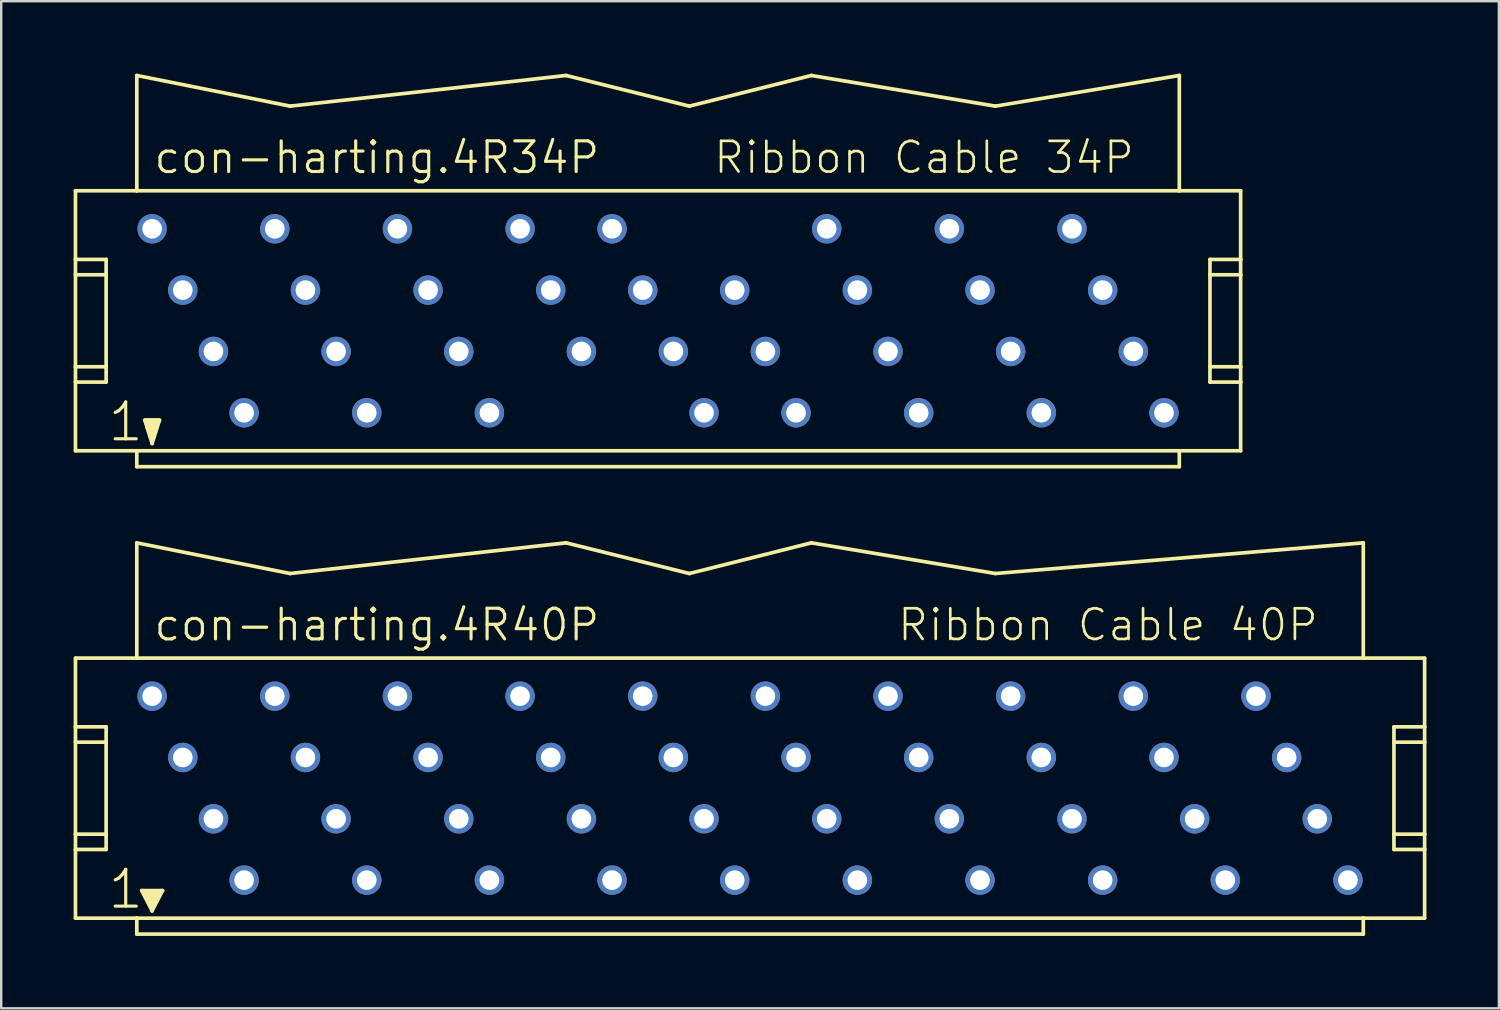
<source format=kicad_pcb>
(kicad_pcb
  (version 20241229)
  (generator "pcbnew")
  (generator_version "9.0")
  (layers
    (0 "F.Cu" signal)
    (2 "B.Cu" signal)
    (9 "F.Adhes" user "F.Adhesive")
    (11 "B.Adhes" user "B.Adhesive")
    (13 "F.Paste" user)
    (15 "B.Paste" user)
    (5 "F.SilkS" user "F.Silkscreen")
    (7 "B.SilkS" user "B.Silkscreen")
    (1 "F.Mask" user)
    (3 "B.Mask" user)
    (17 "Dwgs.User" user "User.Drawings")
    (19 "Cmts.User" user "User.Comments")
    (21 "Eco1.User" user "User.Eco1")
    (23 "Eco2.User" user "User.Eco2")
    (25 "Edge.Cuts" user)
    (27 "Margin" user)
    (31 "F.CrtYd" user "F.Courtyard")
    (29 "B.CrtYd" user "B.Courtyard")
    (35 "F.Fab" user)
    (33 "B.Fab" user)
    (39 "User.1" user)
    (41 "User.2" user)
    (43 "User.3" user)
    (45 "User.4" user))
  (footprint "con-harting.4R34P"
    (layer "F.Cu")
    (at 24.206 10.236)
    (property "Reference" "con-harting.4R34P" (at -20.955 -6.02 0) (layer "F.SilkS") (effects (font (size 1.27 1.27) (thickness 0.13)) (justify left bottom)))
    (attr through_hole)
    (fp_line (start -24.13 -5.385) (end -24.13 -2.54) (stroke (width 0.152) (type default)) (layer "F.SilkS"))
    (fp_line (start -24.13 -2.54) (end -24.13 -1.905) (stroke (width 0.152) (type default)) (layer "F.SilkS"))
    (fp_line (start -24.13 -2.54) (end -22.86 -2.54) (stroke (width 0.152) (type default)) (layer "F.SilkS"))
    (fp_line (start -24.13 -1.905) (end -24.13 1.905) (stroke (width 0.152) (type default)) (layer "F.SilkS"))
    (fp_line (start -24.13 -1.905) (end -22.86 -1.905) (stroke (width 0.152) (type default)) (layer "F.SilkS"))
    (fp_line (start -24.13 1.905) (end -24.13 2.54) (stroke (width 0.152) (type default)) (layer "F.SilkS"))
    (fp_line (start -24.13 1.905) (end -22.86 1.905) (stroke (width 0.152) (type default)) (layer "F.SilkS"))
    (fp_line (start -24.13 2.54) (end -24.13 5.385) (stroke (width 0.152) (type default)) (layer "F.SilkS"))
    (fp_line (start -24.13 5.385) (end -21.59 5.385) (stroke (width 0.152) (type default)) (layer "F.SilkS"))
    (fp_line (start -22.86 -2.54) (end -22.86 -1.905) (stroke (width 0.152) (type default)) (layer "F.SilkS"))
    (fp_line (start -22.86 -1.905) (end -22.86 1.905) (stroke (width 0.152) (type default)) (layer "F.SilkS"))
    (fp_line (start -22.86 1.905) (end -22.86 2.54) (stroke (width 0.152) (type default)) (layer "F.SilkS"))
    (fp_line (start -22.86 2.54) (end -24.13 2.54) (stroke (width 0.152) (type default)) (layer "F.SilkS"))
    (fp_line (start -21.59 -5.385) (end -24.13 -5.385) (stroke (width 0.152) (type default)) (layer "F.SilkS"))
    (fp_line (start -21.59 -5.385) (end -21.59 -10.16) (stroke (width 0.152) (type default)) (layer "F.SilkS"))
    (fp_line (start -21.59 5.385) (end 21.59 5.385) (stroke (width 0.152) (type default)) (layer "F.SilkS"))
    (fp_line (start -21.59 6.045) (end -21.59 5.385) (stroke (width 0.152) (type default)) (layer "F.SilkS"))
    (fp_line (start -21.26 4.115) (end -20.65 4.115) (stroke (width 0.152) (type default)) (layer "F.SilkS"))
    (fp_line (start -20.955 5.08) (end -21.26 4.115) (stroke (width 0.152) (type default)) (layer "F.SilkS"))
    (fp_line (start -20.955 5.08) (end -20.955 4.826) (stroke (width 0.152) (type default)) (layer "F.SilkS"))
    (fp_line (start -20.65 4.115) (end -20.955 5.08) (stroke (width 0.152) (type default)) (layer "F.SilkS"))
    (fp_line (start -15.24 -8.89) (end -21.59 -10.16) (stroke (width 0.152) (type default)) (layer "F.SilkS"))
    (fp_line (start -15.24 -8.89) (end -3.81 -10.16) (stroke (width 0.152) (type default)) (layer "F.SilkS"))
    (fp_line (start 1.295 -8.89) (end -3.81 -10.16) (stroke (width 0.152) (type default)) (layer "F.SilkS"))
    (fp_line (start 1.295 -8.89) (end 6.35 -10.16) (stroke (width 0.152) (type default)) (layer "F.SilkS"))
    (fp_line (start 6.35 -10.16) (end 13.97 -8.89) (stroke (width 0.152) (type default)) (layer "F.SilkS"))
    (fp_line (start 13.97 -8.89) (end 21.59 -10.16) (stroke (width 0.152) (type default)) (layer "F.SilkS"))
    (fp_line (start 21.59 -10.16) (end 21.59 -5.385) (stroke (width 0.152) (type default)) (layer "F.SilkS"))
    (fp_line (start 21.59 -5.385) (end -21.59 -5.385) (stroke (width 0.152) (type default)) (layer "F.SilkS"))
    (fp_line (start 21.59 5.385) (end 21.59 6.045) (stroke (width 0.152) (type default)) (layer "F.SilkS"))
    (fp_line (start 21.59 5.385) (end 24.13 5.385) (stroke (width 0.152) (type default)) (layer "F.SilkS"))
    (fp_line (start 21.59 6.045) (end -21.59 6.045) (stroke (width 0.152) (type default)) (layer "F.SilkS"))
    (fp_line (start 22.86 -2.54) (end 22.86 -1.905) (stroke (width 0.152) (type default)) (layer "F.SilkS"))
    (fp_line (start 22.86 -2.54) (end 24.13 -2.54) (stroke (width 0.152) (type default)) (layer "F.SilkS"))
    (fp_line (start 22.86 -1.905) (end 22.86 1.905) (stroke (width 0.152) (type default)) (layer "F.SilkS"))
    (fp_line (start 22.86 -1.905) (end 24.13 -1.905) (stroke (width 0.152) (type default)) (layer "F.SilkS"))
    (fp_line (start 22.86 1.905) (end 22.86 2.54) (stroke (width 0.152) (type default)) (layer "F.SilkS"))
    (fp_line (start 22.86 1.905) (end 24.13 1.905) (stroke (width 0.152) (type default)) (layer "F.SilkS"))
    (fp_line (start 24.13 -5.385) (end 21.59 -5.385) (stroke (width 0.152) (type default)) (layer "F.SilkS"))
    (fp_line (start 24.13 -2.54) (end 24.13 -5.385) (stroke (width 0.152) (type default)) (layer "F.SilkS"))
    (fp_line (start 24.13 -1.905) (end 24.13 -2.54) (stroke (width 0.152) (type default)) (layer "F.SilkS"))
    (fp_line (start 24.13 1.905) (end 24.13 -1.905) (stroke (width 0.152) (type default)) (layer "F.SilkS"))
    (fp_line (start 24.13 2.54) (end 22.86 2.54) (stroke (width 0.152) (type default)) (layer "F.SilkS"))
    (fp_line (start 24.13 2.54) (end 24.13 1.905) (stroke (width 0.152) (type default)) (layer "F.SilkS"))
    (fp_line (start 24.13 5.385) (end 24.13 2.54) (stroke (width 0.152) (type default)) (layer "F.SilkS"))
    (fp_rect (start -21.209 4.445) (end -21.082 4.064) (stroke (width 0.05) (type default)) (fill yes) (layer "F.SilkS"))
    (fp_rect (start -21.082 4.572) (end -20.828 4.064) (stroke (width 0.05) (type default)) (fill yes) (layer "F.SilkS"))
    (fp_rect (start -21.082 4.826) (end -20.828 4.572) (stroke (width 0.05) (type default)) (fill yes) (layer "F.SilkS"))
    (fp_rect (start -20.828 4.445) (end -20.701 4.064) (stroke (width 0.05) (type default)) (fill yes) (layer "F.SilkS"))
    (fp_text user "1" (at -22.86 5.08 0) (layer "F.SilkS") (effects (font (size 1.524 1.524) (thickness 0.13)) (justify left bottom)))
    (fp_text user "Ribbon Cable 34P" (at 2.235 -6.02 0) (layer "F.SilkS") (effects (font (size 1.27 1.27) (thickness 0.11)) (justify left bottom)))
    (pad "1" thru_hole circle (at -20.955 -3.81) (size 1.219 1.219) (drill 0.813) (layers "*.Cu" "*.Mask"))
    (pad "2" thru_hole circle (at -19.685 -1.27) (size 1.219 1.219) (drill 0.813) (layers "*.Cu" "*.Mask"))
    (pad "3" thru_hole circle (at -18.415 1.27) (size 1.219 1.219) (drill 0.813) (layers "*.Cu" "*.Mask"))
    (pad "4" thru_hole circle (at -17.145 3.81) (size 1.219 1.219) (drill 0.813) (layers "*.Cu" "*.Mask"))
    (pad "5" thru_hole circle (at -15.875 -3.81) (size 1.219 1.219) (drill 0.813) (layers "*.Cu" "*.Mask"))
    (pad "6" thru_hole circle (at -14.605 -1.27) (size 1.219 1.219) (drill 0.813) (layers "*.Cu" "*.Mask"))
    (pad "7" thru_hole circle (at -13.335 1.27) (size 1.219 1.219) (drill 0.813) (layers "*.Cu" "*.Mask"))
    (pad "8" thru_hole circle (at -12.065 3.81) (size 1.219 1.219) (drill 0.813) (layers "*.Cu" "*.Mask"))
    (pad "9" thru_hole circle (at -10.795 -3.81) (size 1.219 1.219) (drill 0.813) (layers "*.Cu" "*.Mask"))
    (pad "10" thru_hole circle (at -9.525 -1.27) (size 1.219 1.219) (drill 0.813) (layers "*.Cu" "*.Mask"))
    (pad "11" thru_hole circle (at -8.255 1.27) (size 1.219 1.219) (drill 0.813) (layers "*.Cu" "*.Mask"))
    (pad "12" thru_hole circle (at -6.985 3.81) (size 1.219 1.219) (drill 0.813) (layers "*.Cu" "*.Mask"))
    (pad "13" thru_hole circle (at -5.715 -3.81) (size 1.219 1.219) (drill 0.813) (layers "*.Cu" "*.Mask"))
    (pad "14" thru_hole circle (at -4.445 -1.27) (size 1.219 1.219) (drill 0.813) (layers "*.Cu" "*.Mask"))
    (pad "15" thru_hole circle (at -3.175 1.27) (size 1.219 1.219) (drill 0.813) (layers "*.Cu" "*.Mask"))
    (pad "16" thru_hole circle (at -1.905 -3.81) (size 1.219 1.219) (drill 0.813) (layers "*.Cu" "*.Mask"))
    (pad "17" thru_hole circle (at -0.635 -1.27) (size 1.219 1.219) (drill 0.813) (layers "*.Cu" "*.Mask"))
    (pad "18" thru_hole circle (at 0.635 1.27) (size 1.219 1.219) (drill 0.813) (layers "*.Cu" "*.Mask"))
    (pad "19" thru_hole circle (at 1.905 3.81) (size 1.219 1.219) (drill 0.813) (layers "*.Cu" "*.Mask"))
    (pad "20" thru_hole circle (at 3.175 -1.27) (size 1.219 1.219) (drill 0.813) (layers "*.Cu" "*.Mask"))
    (pad "21" thru_hole circle (at 4.445 1.27) (size 1.219 1.219) (drill 0.813) (layers "*.Cu" "*.Mask"))
    (pad "22" thru_hole circle (at 5.715 3.81) (size 1.219 1.219) (drill 0.813) (layers "*.Cu" "*.Mask"))
    (pad "23" thru_hole circle (at 6.985 -3.81) (size 1.219 1.219) (drill 0.813) (layers "*.Cu" "*.Mask"))
    (pad "24" thru_hole circle (at 8.255 -1.27) (size 1.219 1.219) (drill 0.813) (layers "*.Cu" "*.Mask"))
    (pad "25" thru_hole circle (at 9.525 1.27) (size 1.219 1.219) (drill 0.813) (layers "*.Cu" "*.Mask"))
    (pad "26" thru_hole circle (at 10.795 3.81) (size 1.219 1.219) (drill 0.813) (layers "*.Cu" "*.Mask"))
    (pad "27" thru_hole circle (at 12.065 -3.81) (size 1.219 1.219) (drill 0.813) (layers "*.Cu" "*.Mask"))
    (pad "28" thru_hole circle (at 13.335 -1.27) (size 1.219 1.219) (drill 0.813) (layers "*.Cu" "*.Mask"))
    (pad "29" thru_hole circle (at 14.605 1.27) (size 1.219 1.219) (drill 0.813) (layers "*.Cu" "*.Mask"))
    (pad "30" thru_hole circle (at 15.875 3.81) (size 1.219 1.219) (drill 0.813) (layers "*.Cu" "*.Mask"))
    (pad "31" thru_hole circle (at 17.145 -3.81) (size 1.219 1.219) (drill 0.813) (layers "*.Cu" "*.Mask"))
    (pad "32" thru_hole circle (at 18.415 -1.27) (size 1.219 1.219) (drill 0.813) (layers "*.Cu" "*.Mask"))
    (pad "33" thru_hole circle (at 19.685 1.27) (size 1.219 1.219) (drill 0.813) (layers "*.Cu" "*.Mask"))
    (pad "34" thru_hole circle (at 20.955 3.81) (size 1.219 1.219) (drill 0.813) (layers "*.Cu" "*.Mask")))
  (footprint "con-harting.4R40P"
    (layer "F.Cu")
    (at 28.016 29.594)
    (property "Reference" "con-harting.4R40P" (at -24.765 -6.02 0) (layer "F.SilkS") (effects (font (size 1.27 1.27) (thickness 0.13)) (justify left bottom)))
    (attr through_hole)
    (fp_line (start -27.94 -5.385) (end -27.94 -2.54) (stroke (width 0.152) (type default)) (layer "F.SilkS"))
    (fp_line (start -27.94 -2.54) (end -27.94 -1.905) (stroke (width 0.152) (type default)) (layer "F.SilkS"))
    (fp_line (start -27.94 -2.54) (end -26.67 -2.54) (stroke (width 0.152) (type default)) (layer "F.SilkS"))
    (fp_line (start -27.94 -1.905) (end -27.94 1.905) (stroke (width 0.152) (type default)) (layer "F.SilkS"))
    (fp_line (start -27.94 -1.905) (end -26.67 -1.905) (stroke (width 0.152) (type default)) (layer "F.SilkS"))
    (fp_line (start -27.94 1.905) (end -27.94 2.54) (stroke (width 0.152) (type default)) (layer "F.SilkS"))
    (fp_line (start -27.94 1.905) (end -26.67 1.905) (stroke (width 0.152) (type default)) (layer "F.SilkS"))
    (fp_line (start -27.94 2.54) (end -27.94 5.385) (stroke (width 0.152) (type default)) (layer "F.SilkS"))
    (fp_line (start -27.94 5.385) (end -25.4 5.385) (stroke (width 0.152) (type default)) (layer "F.SilkS"))
    (fp_line (start -26.67 -2.54) (end -26.67 -1.905) (stroke (width 0.152) (type default)) (layer "F.SilkS"))
    (fp_line (start -26.67 -1.905) (end -26.67 1.905) (stroke (width 0.152) (type default)) (layer "F.SilkS"))
    (fp_line (start -26.67 1.905) (end -26.67 2.54) (stroke (width 0.152) (type default)) (layer "F.SilkS"))
    (fp_line (start -26.67 2.54) (end -27.94 2.54) (stroke (width 0.152) (type default)) (layer "F.SilkS"))
    (fp_line (start -25.4 -5.385) (end -27.94 -5.385) (stroke (width 0.152) (type default)) (layer "F.SilkS"))
    (fp_line (start -25.4 -5.385) (end -25.4 -10.16) (stroke (width 0.152) (type default)) (layer "F.SilkS"))
    (fp_line (start -25.4 5.385) (end 25.4 5.385) (stroke (width 0.152) (type default)) (layer "F.SilkS"))
    (fp_line (start -25.4 6.045) (end -25.4 5.385) (stroke (width 0.152) (type default)) (layer "F.SilkS"))
    (fp_line (start -25.197 4.242) (end -24.333 4.242) (stroke (width 0.152) (type default)) (layer "F.SilkS"))
    (fp_line (start -24.765 5.08) (end -25.197 4.242) (stroke (width 0.152) (type default)) (layer "F.SilkS"))
    (fp_line (start -24.765 5.08) (end -24.765 4.826) (stroke (width 0.152) (type default)) (layer "F.SilkS"))
    (fp_line (start -24.333 4.242) (end -24.765 5.08) (stroke (width 0.152) (type default)) (layer "F.SilkS"))
    (fp_line (start -19.05 -8.89) (end -25.4 -10.16) (stroke (width 0.152) (type default)) (layer "F.SilkS"))
    (fp_line (start -19.05 -8.89) (end -7.62 -10.16) (stroke (width 0.152) (type default)) (layer "F.SilkS"))
    (fp_line (start -2.515 -8.89) (end -7.62 -10.16) (stroke (width 0.152) (type default)) (layer "F.SilkS"))
    (fp_line (start -2.515 -8.89) (end 2.54 -10.16) (stroke (width 0.152) (type default)) (layer "F.SilkS"))
    (fp_line (start 2.54 -10.16) (end 10.16 -8.89) (stroke (width 0.152) (type default)) (layer "F.SilkS"))
    (fp_line (start 10.16 -8.89) (end 25.4 -10.16) (stroke (width 0.152) (type default)) (layer "F.SilkS"))
    (fp_line (start 25.4 -10.16) (end 25.4 -5.385) (stroke (width 0.152) (type default)) (layer "F.SilkS"))
    (fp_line (start 25.4 -5.385) (end -25.4 -5.385) (stroke (width 0.152) (type default)) (layer "F.SilkS"))
    (fp_line (start 25.4 5.385) (end 25.4 6.045) (stroke (width 0.152) (type default)) (layer "F.SilkS"))
    (fp_line (start 25.4 5.385) (end 27.94 5.385) (stroke (width 0.152) (type default)) (layer "F.SilkS"))
    (fp_line (start 25.4 6.045) (end -25.4 6.045) (stroke (width 0.152) (type default)) (layer "F.SilkS"))
    (fp_line (start 26.67 -2.54) (end 26.67 -1.905) (stroke (width 0.152) (type default)) (layer "F.SilkS"))
    (fp_line (start 26.67 -2.54) (end 27.94 -2.54) (stroke (width 0.152) (type default)) (layer "F.SilkS"))
    (fp_line (start 26.67 -1.905) (end 26.67 1.905) (stroke (width 0.152) (type default)) (layer "F.SilkS"))
    (fp_line (start 26.67 -1.905) (end 27.94 -1.905) (stroke (width 0.152) (type default)) (layer "F.SilkS"))
    (fp_line (start 26.67 1.905) (end 26.67 2.54) (stroke (width 0.152) (type default)) (layer "F.SilkS"))
    (fp_line (start 26.67 1.905) (end 27.94 1.905) (stroke (width 0.152) (type default)) (layer "F.SilkS"))
    (fp_line (start 27.94 -5.385) (end 25.4 -5.385) (stroke (width 0.152) (type default)) (layer "F.SilkS"))
    (fp_line (start 27.94 -2.54) (end 27.94 -5.385) (stroke (width 0.152) (type default)) (layer "F.SilkS"))
    (fp_line (start 27.94 -1.905) (end 27.94 -2.54) (stroke (width 0.152) (type default)) (layer "F.SilkS"))
    (fp_line (start 27.94 1.905) (end 27.94 -1.905) (stroke (width 0.152) (type default)) (layer "F.SilkS"))
    (fp_line (start 27.94 2.54) (end 26.67 2.54) (stroke (width 0.152) (type default)) (layer "F.SilkS"))
    (fp_line (start 27.94 2.54) (end 27.94 1.905) (stroke (width 0.152) (type default)) (layer "F.SilkS"))
    (fp_line (start 27.94 5.385) (end 27.94 2.54) (stroke (width 0.152) (type default)) (layer "F.SilkS"))
    (fp_rect (start -25.146 4.394) (end -24.765 4.267) (stroke (width 0.05) (type default)) (fill yes) (layer "F.SilkS"))
    (fp_rect (start -25.019 4.623) (end -24.511 4.369) (stroke (width 0.05) (type default)) (fill yes) (layer "F.SilkS"))
    (fp_rect (start -24.892 4.877) (end -24.638 4.623) (stroke (width 0.05) (type default)) (fill yes) (layer "F.SilkS"))
    (fp_rect (start -24.765 4.394) (end -24.384 4.267) (stroke (width 0.05) (type default)) (fill yes) (layer "F.SilkS"))
    (fp_text user "1" (at -26.67 5.08 0) (layer "F.SilkS") (effects (font (size 1.524 1.524) (thickness 0.13)) (justify left bottom)))
    (fp_text user "Ribbon Cable 40P" (at 6.045 -6.02 0) (layer "F.SilkS") (effects (font (size 1.27 1.27) (thickness 0.11)) (justify left bottom)))
    (pad "1" thru_hole circle (at -24.765 -3.81) (size 1.219 1.219) (drill 0.813) (layers "*.Cu" "*.Mask"))
    (pad "2" thru_hole circle (at -23.495 -1.27) (size 1.219 1.219) (drill 0.813) (layers "*.Cu" "*.Mask"))
    (pad "3" thru_hole circle (at -22.225 1.27) (size 1.219 1.219) (drill 0.813) (layers "*.Cu" "*.Mask"))
    (pad "4" thru_hole circle (at -20.955 3.81) (size 1.219 1.219) (drill 0.813) (layers "*.Cu" "*.Mask"))
    (pad "5" thru_hole circle (at -19.685 -3.81) (size 1.219 1.219) (drill 0.813) (layers "*.Cu" "*.Mask"))
    (pad "6" thru_hole circle (at -18.415 -1.27) (size 1.219 1.219) (drill 0.813) (layers "*.Cu" "*.Mask"))
    (pad "7" thru_hole circle (at -17.145 1.27) (size 1.219 1.219) (drill 0.813) (layers "*.Cu" "*.Mask"))
    (pad "8" thru_hole circle (at -15.875 3.81) (size 1.219 1.219) (drill 0.813) (layers "*.Cu" "*.Mask"))
    (pad "9" thru_hole circle (at -14.605 -3.81) (size 1.219 1.219) (drill 0.813) (layers "*.Cu" "*.Mask"))
    (pad "10" thru_hole circle (at -13.335 -1.27) (size 1.219 1.219) (drill 0.813) (layers "*.Cu" "*.Mask"))
    (pad "11" thru_hole circle (at -12.065 1.27) (size 1.219 1.219) (drill 0.813) (layers "*.Cu" "*.Mask"))
    (pad "12" thru_hole circle (at -10.795 3.81) (size 1.219 1.219) (drill 0.813) (layers "*.Cu" "*.Mask"))
    (pad "13" thru_hole circle (at -9.525 -3.81) (size 1.219 1.219) (drill 0.813) (layers "*.Cu" "*.Mask"))
    (pad "14" thru_hole circle (at -8.255 -1.27) (size 1.219 1.219) (drill 0.813) (layers "*.Cu" "*.Mask"))
    (pad "15" thru_hole circle (at -6.985 1.27) (size 1.219 1.219) (drill 0.813) (layers "*.Cu" "*.Mask"))
    (pad "16" thru_hole circle (at -5.715 3.81) (size 1.219 1.219) (drill 0.813) (layers "*.Cu" "*.Mask"))
    (pad "17" thru_hole circle (at -4.445 -3.81) (size 1.219 1.219) (drill 0.813) (layers "*.Cu" "*.Mask"))
    (pad "18" thru_hole circle (at -3.175 -1.27) (size 1.219 1.219) (drill 0.813) (layers "*.Cu" "*.Mask"))
    (pad "19" thru_hole circle (at -1.905 1.27) (size 1.219 1.219) (drill 0.813) (layers "*.Cu" "*.Mask"))
    (pad "20" thru_hole circle (at -0.635 3.81) (size 1.219 1.219) (drill 0.813) (layers "*.Cu" "*.Mask"))
    (pad "21" thru_hole circle (at 0.635 -3.81) (size 1.219 1.219) (drill 0.813) (layers "*.Cu" "*.Mask"))
    (pad "22" thru_hole circle (at 1.905 -1.27) (size 1.219 1.219) (drill 0.813) (layers "*.Cu" "*.Mask"))
    (pad "23" thru_hole circle (at 3.175 1.27) (size 1.219 1.219) (drill 0.813) (layers "*.Cu" "*.Mask"))
    (pad "24" thru_hole circle (at 4.445 3.81) (size 1.219 1.219) (drill 0.813) (layers "*.Cu" "*.Mask"))
    (pad "25" thru_hole circle (at 5.715 -3.81) (size 1.219 1.219) (drill 0.813) (layers "*.Cu" "*.Mask"))
    (pad "26" thru_hole circle (at 6.985 -1.27) (size 1.219 1.219) (drill 0.813) (layers "*.Cu" "*.Mask"))
    (pad "27" thru_hole circle (at 8.255 1.27) (size 1.219 1.219) (drill 0.813) (layers "*.Cu" "*.Mask"))
    (pad "28" thru_hole circle (at 9.525 3.81) (size 1.219 1.219) (drill 0.813) (layers "*.Cu" "*.Mask"))
    (pad "29" thru_hole circle (at 10.795 -3.81) (size 1.219 1.219) (drill 0.813) (layers "*.Cu" "*.Mask"))
    (pad "30" thru_hole circle (at 12.065 -1.27) (size 1.219 1.219) (drill 0.813) (layers "*.Cu" "*.Mask"))
    (pad "31" thru_hole circle (at 13.335 1.27) (size 1.219 1.219) (drill 0.813) (layers "*.Cu" "*.Mask"))
    (pad "32" thru_hole circle (at 14.605 3.81) (size 1.219 1.219) (drill 0.813) (layers "*.Cu" "*.Mask"))
    (pad "33" thru_hole circle (at 15.875 -3.81) (size 1.219 1.219) (drill 0.813) (layers "*.Cu" "*.Mask"))
    (pad "34" thru_hole circle (at 17.145 -1.27) (size 1.219 1.219) (drill 0.813) (layers "*.Cu" "*.Mask"))
    (pad "35" thru_hole circle (at 18.415 1.27) (size 1.219 1.219) (drill 0.813) (layers "*.Cu" "*.Mask"))
    (pad "36" thru_hole circle (at 19.685 3.81) (size 1.219 1.219) (drill 0.813) (layers "*.Cu" "*.Mask"))
    (pad "37" thru_hole circle (at 20.955 -3.81) (size 1.219 1.219) (drill 0.813) (layers "*.Cu" "*.Mask"))
    (pad "38" thru_hole circle (at 22.225 -1.27) (size 1.219 1.219) (drill 0.813) (layers "*.Cu" "*.Mask"))
    (pad "39" thru_hole circle (at 23.495 1.27) (size 1.219 1.219) (drill 0.813) (layers "*.Cu" "*.Mask"))
    (pad "40" thru_hole circle (at 24.765 3.81) (size 1.219 1.219) (drill 0.813) (layers "*.Cu" "*.Mask")))
  (gr_rect
    (start -3 -3)
    (end 59.032 38.715)
    (stroke (width 0.1) (type default))
    (fill no)
    (layer "Edge.Cuts")))
</source>
